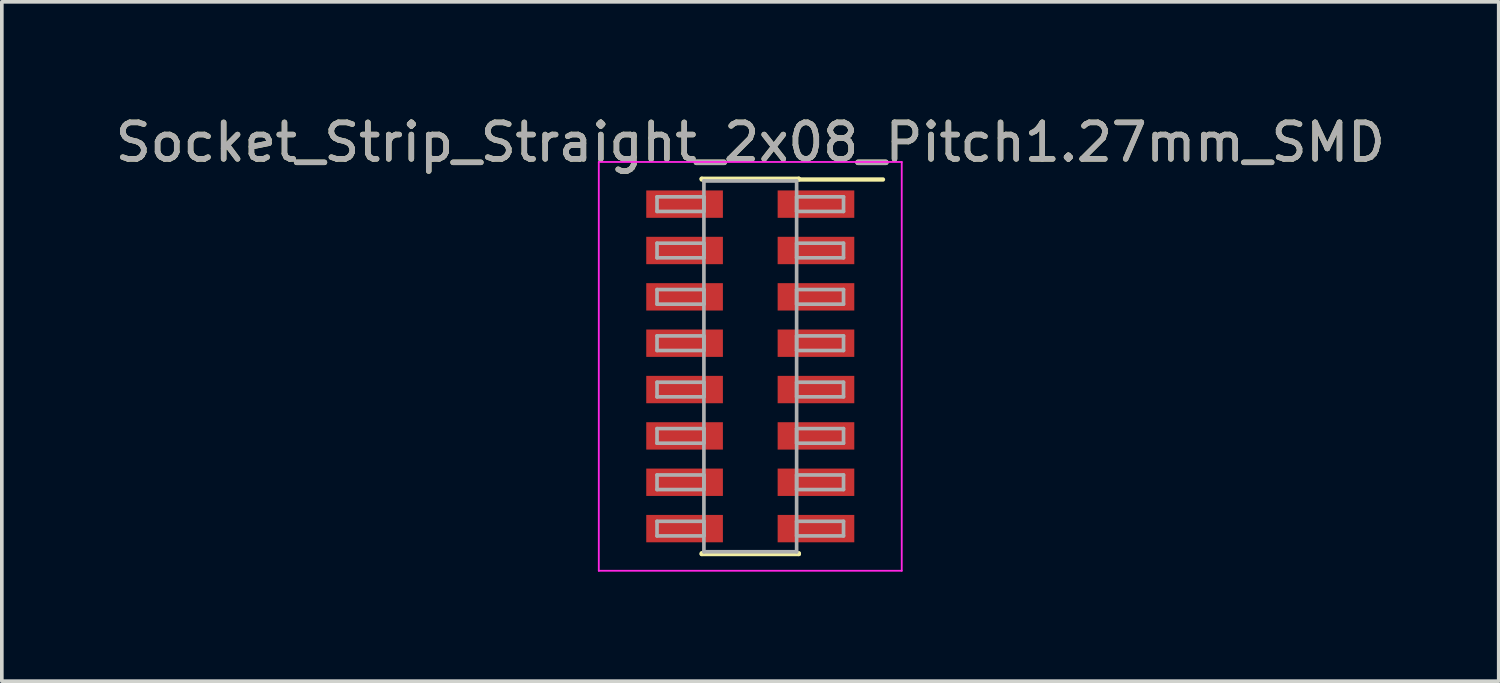
<source format=kicad_pcb>
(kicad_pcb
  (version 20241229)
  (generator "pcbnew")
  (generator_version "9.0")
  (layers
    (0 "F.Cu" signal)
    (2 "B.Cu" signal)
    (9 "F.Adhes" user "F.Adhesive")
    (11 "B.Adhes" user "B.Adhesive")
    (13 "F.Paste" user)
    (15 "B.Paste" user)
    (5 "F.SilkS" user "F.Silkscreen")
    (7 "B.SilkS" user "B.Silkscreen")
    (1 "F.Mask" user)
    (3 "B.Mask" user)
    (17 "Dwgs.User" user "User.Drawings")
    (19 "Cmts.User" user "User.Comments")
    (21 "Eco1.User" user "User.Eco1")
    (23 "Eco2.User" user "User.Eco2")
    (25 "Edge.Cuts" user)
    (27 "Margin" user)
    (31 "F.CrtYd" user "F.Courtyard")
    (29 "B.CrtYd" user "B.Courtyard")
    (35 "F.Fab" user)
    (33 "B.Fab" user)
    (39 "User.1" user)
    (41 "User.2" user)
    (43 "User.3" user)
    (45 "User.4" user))
  (footprint "Socket_Strip_Straight_2x08_Pitch1.27mm_SMD"
    (layer "F.Cu")
    (at 17.506 6.988)
    (property "Reference" "Socket_Strip_Straight_2x08_Pitch1.27mm_SMD" (at 0 -6.14 0) (layer "F.SilkS") (effects (font (size 1 1) (thickness 0.15))))
    (attr smd)
    (fp_line (start -1.33 -5.14) (end 1.33 -5.14) (stroke (width 0.12) (type solid)) (layer "F.SilkS"))
    (fp_line (start -1.33 -5.12) (end -1.33 -5.14) (stroke (width 0.12) (type solid)) (layer "F.SilkS"))
    (fp_line (start -1.33 5.12) (end -1.33 5.14) (stroke (width 0.12) (type solid)) (layer "F.SilkS"))
    (fp_line (start -1.33 5.14) (end 1.33 5.14) (stroke (width 0.12) (type solid)) (layer "F.SilkS"))
    (fp_line (start 1.33 -5.14) (end 1.33 -5.12) (stroke (width 0.12) (type solid)) (layer "F.SilkS"))
    (fp_line (start 1.33 5.14) (end 1.33 5.12) (stroke (width 0.12) (type solid)) (layer "F.SilkS"))
    (fp_line (start 3.635 -5.12) (end 1.33 -5.12) (stroke (width 0.12) (type solid)) (layer "F.SilkS"))
    (fp_line (start -4.15 -5.6) (end -4.15 5.6) (stroke (width 0.05) (type solid)) (layer "F.CrtYd"))
    (fp_line (start -4.15 5.6) (end 4.15 5.6) (stroke (width 0.05) (type solid)) (layer "F.CrtYd"))
    (fp_line (start 4.15 -5.6) (end -4.15 -5.6) (stroke (width 0.05) (type solid)) (layer "F.CrtYd"))
    (fp_line (start 4.15 5.6) (end 4.15 -5.6) (stroke (width 0.05) (type solid)) (layer "F.CrtYd"))
    (fp_line (start -2.555 -4.645) (end -1.27 -4.645) (stroke (width 0.1) (type solid)) (layer "F.Fab"))
    (fp_line (start -2.555 -4.245) (end -2.555 -4.645) (stroke (width 0.1) (type solid)) (layer "F.Fab"))
    (fp_line (start -2.555 -3.375) (end -1.27 -3.375) (stroke (width 0.1) (type solid)) (layer "F.Fab"))
    (fp_line (start -2.555 -2.975) (end -2.555 -3.375) (stroke (width 0.1) (type solid)) (layer "F.Fab"))
    (fp_line (start -2.555 -2.105) (end -1.27 -2.105) (stroke (width 0.1) (type solid)) (layer "F.Fab"))
    (fp_line (start -2.555 -1.705) (end -2.555 -2.105) (stroke (width 0.1) (type solid)) (layer "F.Fab"))
    (fp_line (start -2.555 -0.835) (end -1.27 -0.835) (stroke (width 0.1) (type solid)) (layer "F.Fab"))
    (fp_line (start -2.555 -0.435) (end -2.555 -0.835) (stroke (width 0.1) (type solid)) (layer "F.Fab"))
    (fp_line (start -2.555 0.435) (end -1.27 0.435) (stroke (width 0.1) (type solid)) (layer "F.Fab"))
    (fp_line (start -2.555 0.835) (end -2.555 0.435) (stroke (width 0.1) (type solid)) (layer "F.Fab"))
    (fp_line (start -2.555 1.705) (end -1.27 1.705) (stroke (width 0.1) (type solid)) (layer "F.Fab"))
    (fp_line (start -2.555 2.105) (end -2.555 1.705) (stroke (width 0.1) (type solid)) (layer "F.Fab"))
    (fp_line (start -2.555 2.975) (end -1.27 2.975) (stroke (width 0.1) (type solid)) (layer "F.Fab"))
    (fp_line (start -2.555 3.375) (end -2.555 2.975) (stroke (width 0.1) (type solid)) (layer "F.Fab"))
    (fp_line (start -2.555 4.245) (end -1.27 4.245) (stroke (width 0.1) (type solid)) (layer "F.Fab"))
    (fp_line (start -2.555 4.645) (end -2.555 4.245) (stroke (width 0.1) (type solid)) (layer "F.Fab"))
    (fp_line (start -1.27 -5.08) (end -1.27 5.08) (stroke (width 0.1) (type solid)) (layer "F.Fab"))
    (fp_line (start -1.27 -4.645) (end -1.27 -4.245) (stroke (width 0.1) (type solid)) (layer "F.Fab"))
    (fp_line (start -1.27 -4.245) (end -2.555 -4.245) (stroke (width 0.1) (type solid)) (layer "F.Fab"))
    (fp_line (start -1.27 -3.375) (end -1.27 -2.975) (stroke (width 0.1) (type solid)) (layer "F.Fab"))
    (fp_line (start -1.27 -2.975) (end -2.555 -2.975) (stroke (width 0.1) (type solid)) (layer "F.Fab"))
    (fp_line (start -1.27 -2.105) (end -1.27 -1.705) (stroke (width 0.1) (type solid)) (layer "F.Fab"))
    (fp_line (start -1.27 -1.705) (end -2.555 -1.705) (stroke (width 0.1) (type solid)) (layer "F.Fab"))
    (fp_line (start -1.27 -0.835) (end -1.27 -0.435) (stroke (width 0.1) (type solid)) (layer "F.Fab"))
    (fp_line (start -1.27 -0.435) (end -2.555 -0.435) (stroke (width 0.1) (type solid)) (layer "F.Fab"))
    (fp_line (start -1.27 0.435) (end -1.27 0.835) (stroke (width 0.1) (type solid)) (layer "F.Fab"))
    (fp_line (start -1.27 0.835) (end -2.555 0.835) (stroke (width 0.1) (type solid)) (layer "F.Fab"))
    (fp_line (start -1.27 1.705) (end -1.27 2.105) (stroke (width 0.1) (type solid)) (layer "F.Fab"))
    (fp_line (start -1.27 2.105) (end -2.555 2.105) (stroke (width 0.1) (type solid)) (layer "F.Fab"))
    (fp_line (start -1.27 2.975) (end -1.27 3.375) (stroke (width 0.1) (type solid)) (layer "F.Fab"))
    (fp_line (start -1.27 3.375) (end -2.555 3.375) (stroke (width 0.1) (type solid)) (layer "F.Fab"))
    (fp_line (start -1.27 4.245) (end -1.27 4.645) (stroke (width 0.1) (type solid)) (layer "F.Fab"))
    (fp_line (start -1.27 4.645) (end -2.555 4.645) (stroke (width 0.1) (type solid)) (layer "F.Fab"))
    (fp_line (start -1.27 5.08) (end 1.27 5.08) (stroke (width 0.1) (type solid)) (layer "F.Fab"))
    (fp_line (start 1.27 -5.08) (end -1.27 -5.08) (stroke (width 0.1) (type solid)) (layer "F.Fab"))
    (fp_line (start 1.27 -4.645) (end 1.27 -4.245) (stroke (width 0.1) (type solid)) (layer "F.Fab"))
    (fp_line (start 1.27 -4.245) (end 2.555 -4.245) (stroke (width 0.1) (type solid)) (layer "F.Fab"))
    (fp_line (start 1.27 -3.375) (end 1.27 -2.975) (stroke (width 0.1) (type solid)) (layer "F.Fab"))
    (fp_line (start 1.27 -2.975) (end 2.555 -2.975) (stroke (width 0.1) (type solid)) (layer "F.Fab"))
    (fp_line (start 1.27 -2.105) (end 1.27 -1.705) (stroke (width 0.1) (type solid)) (layer "F.Fab"))
    (fp_line (start 1.27 -1.705) (end 2.555 -1.705) (stroke (width 0.1) (type solid)) (layer "F.Fab"))
    (fp_line (start 1.27 -0.835) (end 1.27 -0.435) (stroke (width 0.1) (type solid)) (layer "F.Fab"))
    (fp_line (start 1.27 -0.435) (end 2.555 -0.435) (stroke (width 0.1) (type solid)) (layer "F.Fab"))
    (fp_line (start 1.27 0.435) (end 1.27 0.835) (stroke (width 0.1) (type solid)) (layer "F.Fab"))
    (fp_line (start 1.27 0.835) (end 2.555 0.835) (stroke (width 0.1) (type solid)) (layer "F.Fab"))
    (fp_line (start 1.27 1.705) (end 1.27 2.105) (stroke (width 0.1) (type solid)) (layer "F.Fab"))
    (fp_line (start 1.27 2.105) (end 2.555 2.105) (stroke (width 0.1) (type solid)) (layer "F.Fab"))
    (fp_line (start 1.27 2.975) (end 1.27 3.375) (stroke (width 0.1) (type solid)) (layer "F.Fab"))
    (fp_line (start 1.27 3.375) (end 2.555 3.375) (stroke (width 0.1) (type solid)) (layer "F.Fab"))
    (fp_line (start 1.27 4.245) (end 1.27 4.645) (stroke (width 0.1) (type solid)) (layer "F.Fab"))
    (fp_line (start 1.27 4.645) (end 2.555 4.645) (stroke (width 0.1) (type solid)) (layer "F.Fab"))
    (fp_line (start 1.27 5.08) (end 1.27 -5.08) (stroke (width 0.1) (type solid)) (layer "F.Fab"))
    (fp_line (start 2.555 -4.645) (end 1.27 -4.645) (stroke (width 0.1) (type solid)) (layer "F.Fab"))
    (fp_line (start 2.555 -4.245) (end 2.555 -4.645) (stroke (width 0.1) (type solid)) (layer "F.Fab"))
    (fp_line (start 2.555 -3.375) (end 1.27 -3.375) (stroke (width 0.1) (type solid)) (layer "F.Fab"))
    (fp_line (start 2.555 -2.975) (end 2.555 -3.375) (stroke (width 0.1) (type solid)) (layer "F.Fab"))
    (fp_line (start 2.555 -2.105) (end 1.27 -2.105) (stroke (width 0.1) (type solid)) (layer "F.Fab"))
    (fp_line (start 2.555 -1.705) (end 2.555 -2.105) (stroke (width 0.1) (type solid)) (layer "F.Fab"))
    (fp_line (start 2.555 -0.835) (end 1.27 -0.835) (stroke (width 0.1) (type solid)) (layer "F.Fab"))
    (fp_line (start 2.555 -0.435) (end 2.555 -0.835) (stroke (width 0.1) (type solid)) (layer "F.Fab"))
    (fp_line (start 2.555 0.435) (end 1.27 0.435) (stroke (width 0.1) (type solid)) (layer "F.Fab"))
    (fp_line (start 2.555 0.835) (end 2.555 0.435) (stroke (width 0.1) (type solid)) (layer "F.Fab"))
    (fp_line (start 2.555 1.705) (end 1.27 1.705) (stroke (width 0.1) (type solid)) (layer "F.Fab"))
    (fp_line (start 2.555 2.105) (end 2.555 1.705) (stroke (width 0.1) (type solid)) (layer "F.Fab"))
    (fp_line (start 2.555 2.975) (end 1.27 2.975) (stroke (width 0.1) (type solid)) (layer "F.Fab"))
    (fp_line (start 2.555 3.375) (end 2.555 2.975) (stroke (width 0.1) (type solid)) (layer "F.Fab"))
    (fp_line (start 2.555 4.245) (end 1.27 4.245) (stroke (width 0.1) (type solid)) (layer "F.Fab"))
    (fp_line (start 2.555 4.645) (end 2.555 4.245) (stroke (width 0.1) (type solid)) (layer "F.Fab"))
    (fp_text user "${REFERENCE}" (at 0 -6.14 0) (layer "F.Fab") (effects (font (size 1 1) (thickness 0.15))))
    (pad "1" smd rect (at 1.8 -4.445) (size 2.1 0.75) (layers "F.Cu" "F.Mask" "F.Paste"))
    (pad "2" smd rect (at -1.8 -4.445) (size 2.1 0.75) (layers "F.Cu" "F.Mask" "F.Paste"))
    (pad "3" smd rect (at 1.8 -3.175) (size 2.1 0.75) (layers "F.Cu" "F.Mask" "F.Paste"))
    (pad "4" smd rect (at -1.8 -3.175) (size 2.1 0.75) (layers "F.Cu" "F.Mask" "F.Paste"))
    (pad "5" smd rect (at 1.8 -1.905) (size 2.1 0.75) (layers "F.Cu" "F.Mask" "F.Paste"))
    (pad "6" smd rect (at -1.8 -1.905) (size 2.1 0.75) (layers "F.Cu" "F.Mask" "F.Paste"))
    (pad "7" smd rect (at 1.8 -0.635) (size 2.1 0.75) (layers "F.Cu" "F.Mask" "F.Paste"))
    (pad "8" smd rect (at -1.8 -0.635) (size 2.1 0.75) (layers "F.Cu" "F.Mask" "F.Paste"))
    (pad "9" smd rect (at 1.8 0.635) (size 2.1 0.75) (layers "F.Cu" "F.Mask" "F.Paste"))
    (pad "10" smd rect (at -1.8 0.635) (size 2.1 0.75) (layers "F.Cu" "F.Mask" "F.Paste"))
    (pad "11" smd rect (at 1.8 1.905) (size 2.1 0.75) (layers "F.Cu" "F.Mask" "F.Paste"))
    (pad "12" smd rect (at -1.8 1.905) (size 2.1 0.75) (layers "F.Cu" "F.Mask" "F.Paste"))
    (pad "13" smd rect (at 1.8 3.175) (size 2.1 0.75) (layers "F.Cu" "F.Mask" "F.Paste"))
    (pad "14" smd rect (at -1.8 3.175) (size 2.1 0.75) (layers "F.Cu" "F.Mask" "F.Paste"))
    (pad "15" smd rect (at 1.8 4.445) (size 2.1 0.75) (layers "F.Cu" "F.Mask" "F.Paste"))
    (pad "16" smd rect (at -1.8 4.445) (size 2.1 0.75) (layers "F.Cu" "F.Mask" "F.Paste")))
  (gr_rect
    (start -3 -3)
    (end 38.012 15.613)
    (stroke (width 0.1) (type default))
    (fill no)
    (layer "Edge.Cuts")))
</source>
